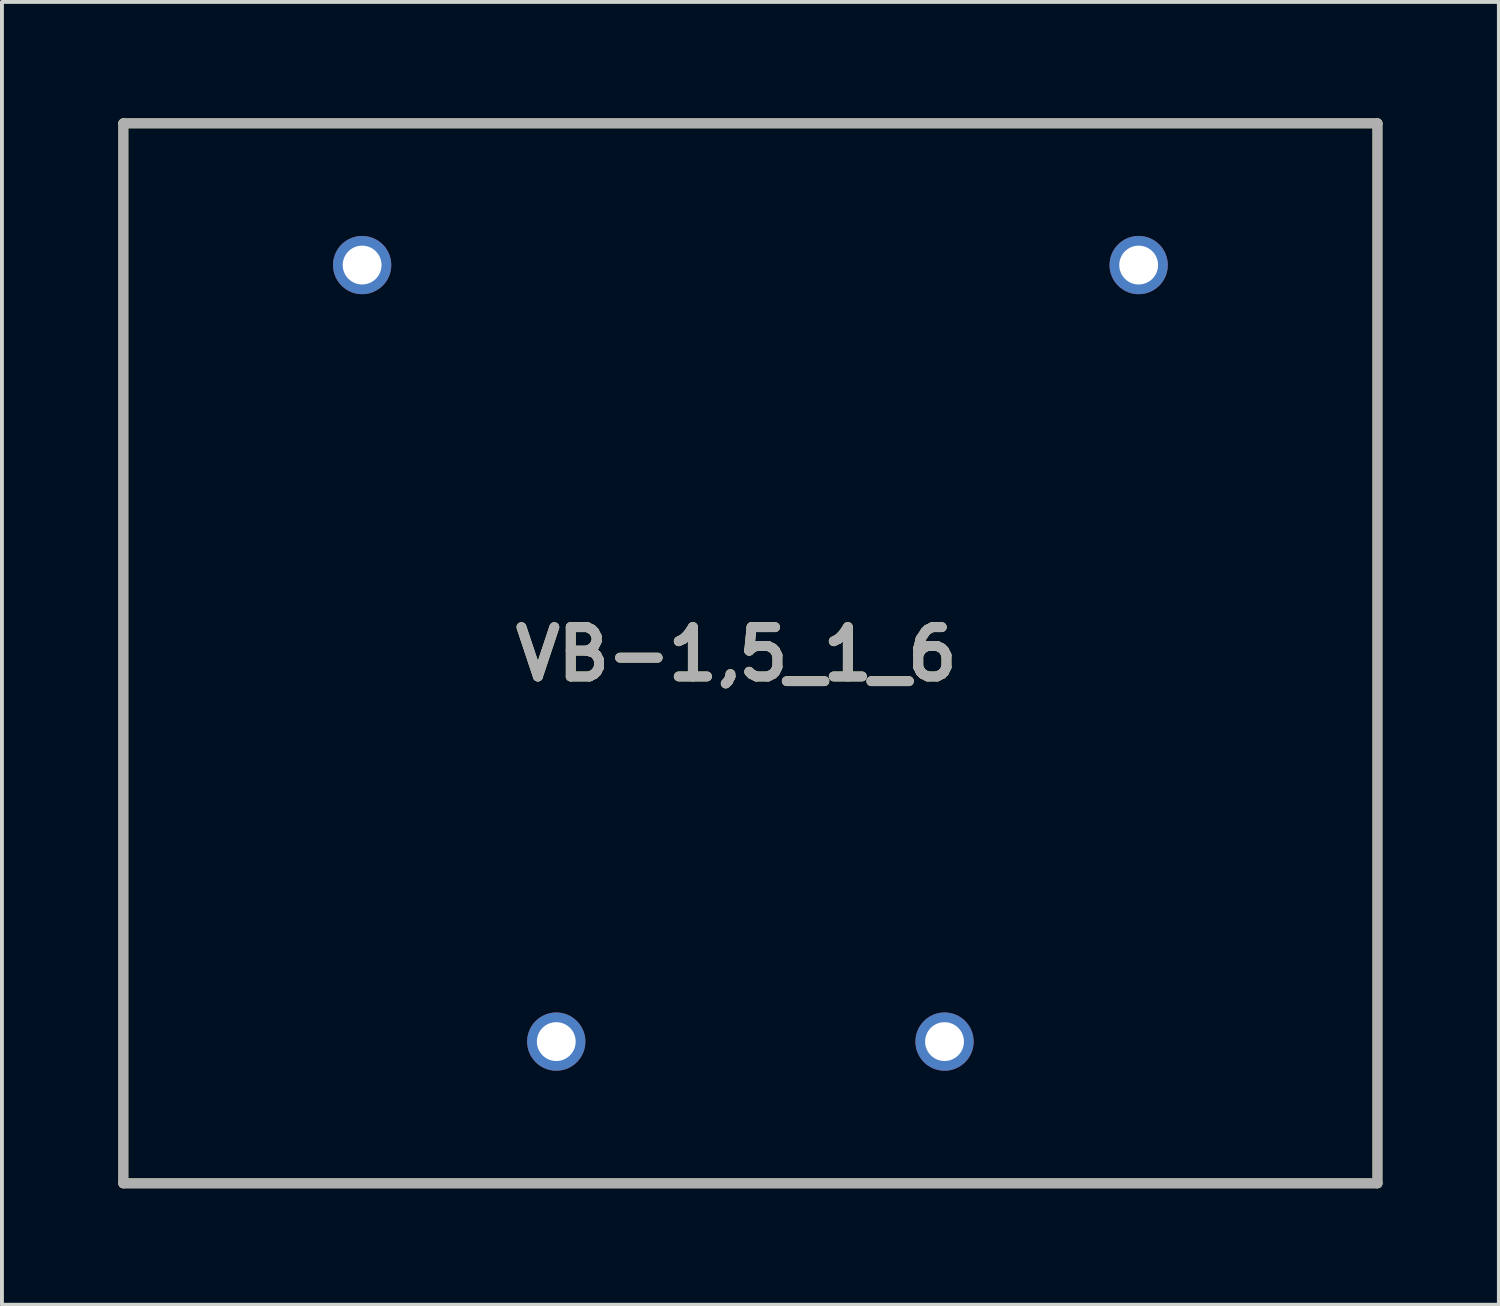
<source format=kicad_pcb>
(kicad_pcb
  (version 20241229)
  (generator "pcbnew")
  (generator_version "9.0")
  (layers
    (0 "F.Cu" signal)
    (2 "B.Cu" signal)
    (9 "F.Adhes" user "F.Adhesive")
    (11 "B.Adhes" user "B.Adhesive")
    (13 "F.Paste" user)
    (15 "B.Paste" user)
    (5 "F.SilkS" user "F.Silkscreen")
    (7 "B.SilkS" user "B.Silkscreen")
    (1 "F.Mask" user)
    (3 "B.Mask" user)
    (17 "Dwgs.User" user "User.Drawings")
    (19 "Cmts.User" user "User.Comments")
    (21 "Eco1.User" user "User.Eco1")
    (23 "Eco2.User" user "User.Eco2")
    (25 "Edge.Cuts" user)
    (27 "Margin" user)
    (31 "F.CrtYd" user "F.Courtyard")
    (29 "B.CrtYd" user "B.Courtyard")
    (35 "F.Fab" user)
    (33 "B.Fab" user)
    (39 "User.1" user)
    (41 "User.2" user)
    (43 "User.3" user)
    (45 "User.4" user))
  (footprint "VB-1,5_1_6"
    (layer "F.Cu")
    (at 16.277 13.777)
    (property "Reference" "VB-1,5_1_6" (at -0.363 0.021 0) (layer "F.SilkS") (effects (font (size 1.27 1.27) (thickness 0.254))))
    (attr through_hole)
    (fp_line (start -16.15 -13.65) (end 16.15 -13.65) (stroke (width 0.254) (type solid)) (layer "F.SilkS"))
    (fp_line (start -16.15 13.65) (end -16.15 -13.65) (stroke (width 0.254) (type solid)) (layer "F.SilkS"))
    (fp_line (start 16.15 -13.65) (end 16.15 13.65) (stroke (width 0.254) (type solid)) (layer "F.SilkS"))
    (fp_line (start 16.15 13.65) (end -16.15 13.65) (stroke (width 0.254) (type solid)) (layer "F.SilkS"))
    (fp_line (start -16.15 -13.65) (end 16.15 -13.65) (stroke (width 0.254) (type solid)) (layer "F.Fab"))
    (fp_line (start -16.15 13.65) (end -16.15 -13.65) (stroke (width 0.254) (type solid)) (layer "F.Fab"))
    (fp_line (start 16.15 -13.65) (end 16.15 13.65) (stroke (width 0.254) (type solid)) (layer "F.Fab"))
    (fp_line (start 16.15 13.65) (end -16.15 13.65) (stroke (width 0.254) (type solid)) (layer "F.Fab"))
    (fp_text user "${REFERENCE}" (at -0.363 0.021 0) (layer "F.Fab") (effects (font (size 1.27 1.27) (thickness 0.254))))
    (pad "1" thru_hole circle (at 10 -10) (size 1.5 1.5) (drill 1) (layers "*.Cu" "*.Mask"))
    (pad "2" thru_hole circle (at -10 -10) (size 1.5 1.5) (drill 1) (layers "*.Cu" "*.Mask"))
    (pad "3" thru_hole circle (at 5 10) (size 1.5 1.5) (drill 1) (layers "*.Cu" "*.Mask"))
    (pad "4" thru_hole circle (at -5 10) (size 1.5 1.5) (drill 1) (layers "*.Cu" "*.Mask")))
  (gr_rect
    (start -3 -3)
    (end 35.554 30.554)
    (stroke (width 0.1) (type default))
    (fill no)
    (layer "Edge.Cuts")))
</source>
